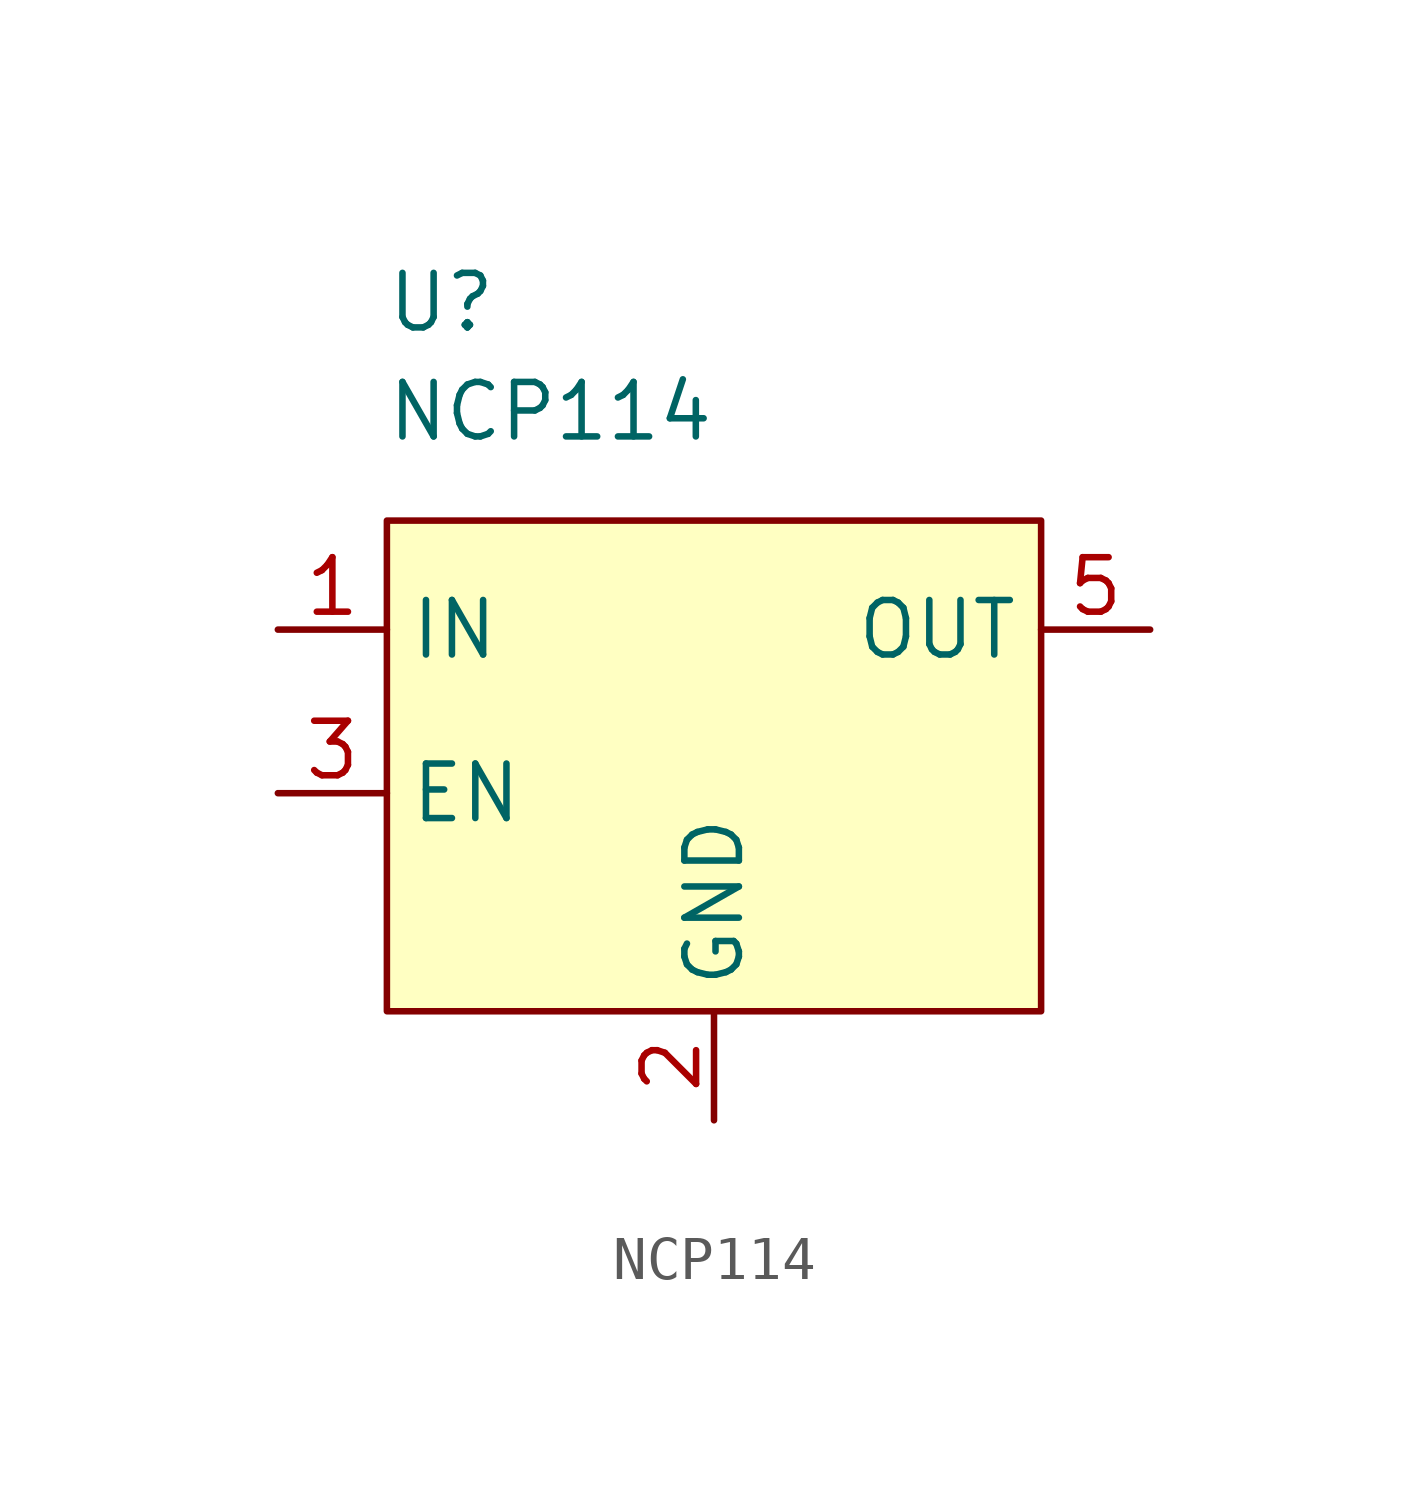
<source format=kicad_sym>
(kicad_symbol_lib
  (version 20220914)
  (generator kicad_symbol_editor)
  (symbol "NCP114"
    (property "Reference" "U"
      (at 1.27 16.51 0)
      (effects (font (size 1.27 1.27))))
    (property "Value" "NCP114"
      (at 3.81 13.97 0)
      (effects (font (size 1.27 1.27))))
    (symbol "NCP114_0_0"
      (pin power_in line (at -2.54 8.89 0) (length 2.54) (name "IN" (effects (font (size 1.27 1.27)))) (number "1" (effects (font (size 1.27 1.27)))))
      (pin power_in line (at 7.62 -2.54 90) (length 2.54) (name "GND" (effects (font (size 1.27 1.27)))) (number "2" (effects (font (size 1.27 1.27)))))
      (pin input line (at -2.54 5.08 0) (length 2.54) (name "EN" (effects (font (size 1.27 1.27)))) (number "3" (effects (font (size 1.27 1.27)))))
      (pin power_out line (at 17.78 8.89 180) (length 2.54) (name "OUT" (effects (font (size 1.27 1.27)))) (number "5" (effects (font (size 1.27 1.27))))))
    (symbol "NCP114_1_0"
      (pin no_connect line (at 17.78 5.08 180) (length 2.54) hide (name "NC" (effects (font (size 1.27 1.27)))) (number "4" (effects (font (size 1.27 1.27))))))
    (symbol "NCP114_1_1"
      (rectangle (start 0 11.43) (end 15.24 0) (stroke (width 0) (type default)) (fill (type background))))))
</source>
